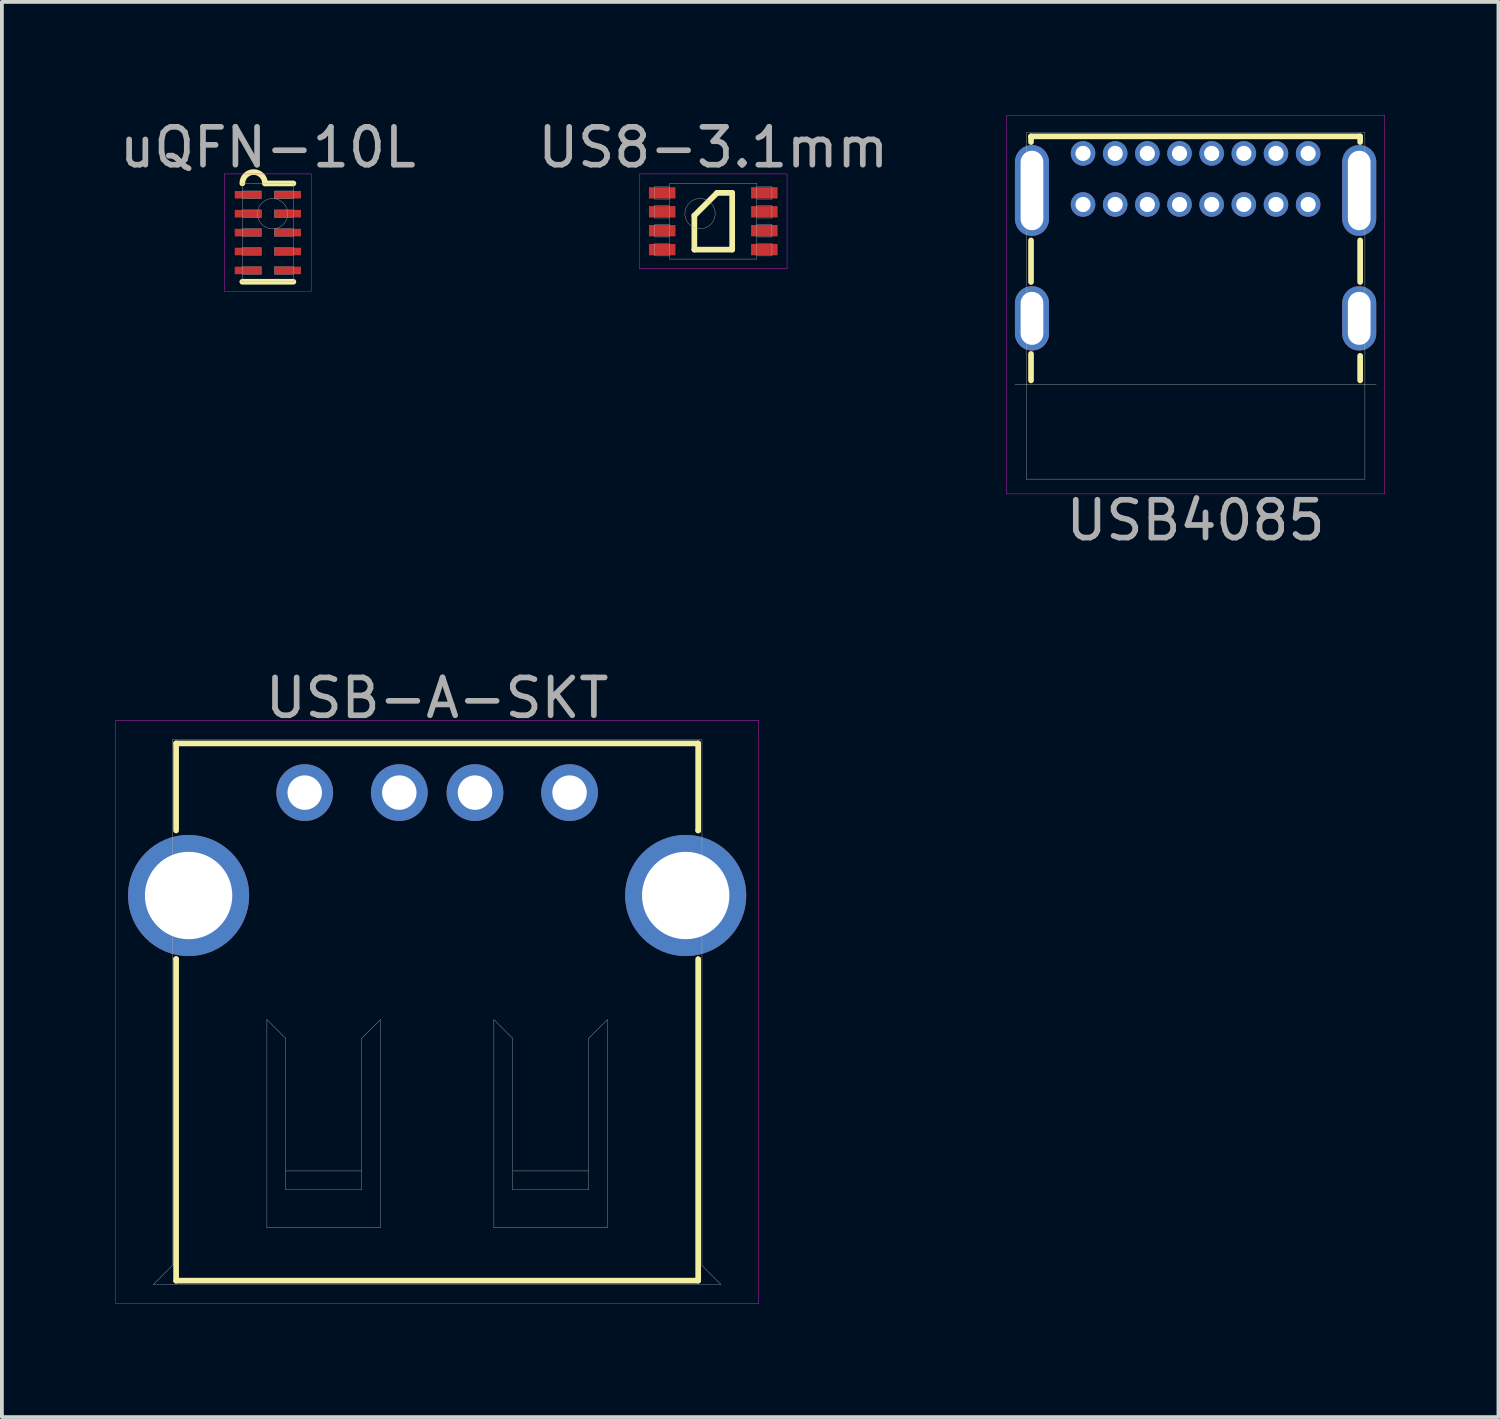
<source format=kicad_pcb>
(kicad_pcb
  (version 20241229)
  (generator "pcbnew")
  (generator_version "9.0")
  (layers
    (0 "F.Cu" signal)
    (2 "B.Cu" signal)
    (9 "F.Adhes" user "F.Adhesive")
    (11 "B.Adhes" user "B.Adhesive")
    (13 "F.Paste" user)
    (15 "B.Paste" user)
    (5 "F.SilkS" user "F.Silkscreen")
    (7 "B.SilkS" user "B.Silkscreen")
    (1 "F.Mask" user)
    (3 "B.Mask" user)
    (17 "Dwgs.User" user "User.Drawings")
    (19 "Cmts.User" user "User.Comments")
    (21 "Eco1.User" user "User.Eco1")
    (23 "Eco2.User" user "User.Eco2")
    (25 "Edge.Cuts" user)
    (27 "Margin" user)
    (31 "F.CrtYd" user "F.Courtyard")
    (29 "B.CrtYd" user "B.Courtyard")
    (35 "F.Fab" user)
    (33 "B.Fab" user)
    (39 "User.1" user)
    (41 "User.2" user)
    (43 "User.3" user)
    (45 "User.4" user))
  (footprint "uQFN-10L"
    (layer "F.Cu")
    (at 4.03 3.098)
    (property "Reference" "uQFN-10L" (at 0 -2.25 0) (layer "F.Fab") (effects (font (size 1 1) (thickness 0.15))))
    (attr through_hole)
    (fp_line (start -0.675 1.3) (end 0.675 1.3) (stroke (width 0.15) (type solid)) (layer "F.SilkS"))
    (fp_line (start -0.075 -1.3) (end 0.675 -1.3) (stroke (width 0.15) (type solid)) (layer "F.SilkS"))
    (fp_arc (start -0.675 -1.3) (mid -0.375 -1.6) (end -0.075 -1.3) (stroke (width 0.15) (type solid)) (layer "F.SilkS"))
    (fp_line (start -1.15 -1.55) (end 1.15 -1.55) (stroke (width 0.01) (type solid)) (layer "F.CrtYd"))
    (fp_line (start -1.15 1.55) (end -1.15 -1.55) (stroke (width 0.01) (type solid)) (layer "F.CrtYd"))
    (fp_line (start 1.15 -1.55) (end 1.15 1.55) (stroke (width 0.01) (type solid)) (layer "F.CrtYd"))
    (fp_line (start 1.15 1.55) (end -1.15 1.55) (stroke (width 0.01) (type solid)) (layer "F.CrtYd"))
    (fp_line (start -0.675 -1.3) (end 0.675 -1.3) (stroke (width 0.01) (type solid)) (layer "F.Fab"))
    (fp_line (start -0.675 -0.9) (end -0.175 -0.9) (stroke (width 0.01) (type solid)) (layer "F.Fab"))
    (fp_line (start -0.675 -0.4) (end -0.175 -0.4) (stroke (width 0.01) (type solid)) (layer "F.Fab"))
    (fp_line (start -0.675 0.1) (end -0.175 0.1) (stroke (width 0.01) (type solid)) (layer "F.Fab"))
    (fp_line (start -0.675 0.6) (end -0.175 0.6) (stroke (width 0.01) (type solid)) (layer "F.Fab"))
    (fp_line (start -0.675 1.1) (end -0.175 1.1) (stroke (width 0.01) (type solid)) (layer "F.Fab"))
    (fp_line (start -0.675 1.3) (end -0.675 -1.3) (stroke (width 0.01) (type solid)) (layer "F.Fab"))
    (fp_line (start -0.175 -1.1) (end -0.675 -1.1) (stroke (width 0.01) (type solid)) (layer "F.Fab"))
    (fp_line (start -0.175 -0.9) (end -0.175 -1.1) (stroke (width 0.01) (type solid)) (layer "F.Fab"))
    (fp_line (start -0.175 -0.6) (end -0.675 -0.6) (stroke (width 0.01) (type solid)) (layer "F.Fab"))
    (fp_line (start -0.175 -0.4) (end -0.175 -0.6) (stroke (width 0.01) (type solid)) (layer "F.Fab"))
    (fp_line (start -0.175 -0.1) (end -0.675 -0.1) (stroke (width 0.01) (type solid)) (layer "F.Fab"))
    (fp_line (start -0.175 0.1) (end -0.175 -0.1) (stroke (width 0.01) (type solid)) (layer "F.Fab"))
    (fp_line (start -0.175 0.4) (end -0.675 0.4) (stroke (width 0.01) (type solid)) (layer "F.Fab"))
    (fp_line (start -0.175 0.6) (end -0.175 0.4) (stroke (width 0.01) (type solid)) (layer "F.Fab"))
    (fp_line (start -0.175 0.9) (end -0.675 0.9) (stroke (width 0.01) (type solid)) (layer "F.Fab"))
    (fp_line (start -0.175 1.1) (end -0.175 0.9) (stroke (width 0.01) (type solid)) (layer "F.Fab"))
    (fp_line (start 0.175 -1.1) (end 0.175 -0.9) (stroke (width 0.01) (type solid)) (layer "F.Fab"))
    (fp_line (start 0.175 -0.9) (end 0.675 -0.9) (stroke (width 0.01) (type solid)) (layer "F.Fab"))
    (fp_line (start 0.175 -0.6) (end 0.175 -0.4) (stroke (width 0.01) (type solid)) (layer "F.Fab"))
    (fp_line (start 0.175 -0.4) (end 0.675 -0.4) (stroke (width 0.01) (type solid)) (layer "F.Fab"))
    (fp_line (start 0.175 -0.1) (end 0.175 0.1) (stroke (width 0.01) (type solid)) (layer "F.Fab"))
    (fp_line (start 0.175 0.1) (end 0.675 0.1) (stroke (width 0.01) (type solid)) (layer "F.Fab"))
    (fp_line (start 0.175 0.4) (end 0.175 0.6) (stroke (width 0.01) (type solid)) (layer "F.Fab"))
    (fp_line (start 0.175 0.6) (end 0.675 0.6) (stroke (width 0.01) (type solid)) (layer "F.Fab"))
    (fp_line (start 0.175 0.9) (end 0.175 1.1) (stroke (width 0.01) (type solid)) (layer "F.Fab"))
    (fp_line (start 0.175 1.1) (end 0.675 1.1) (stroke (width 0.01) (type solid)) (layer "F.Fab"))
    (fp_line (start 0.675 -1.3) (end 0.675 1.3) (stroke (width 0.01) (type solid)) (layer "F.Fab"))
    (fp_line (start 0.675 -1.1) (end 0.175 -1.1) (stroke (width 0.01) (type solid)) (layer "F.Fab"))
    (fp_line (start 0.675 -0.6) (end 0.175 -0.6) (stroke (width 0.01) (type solid)) (layer "F.Fab"))
    (fp_line (start 0.675 -0.1) (end 0.175 -0.1) (stroke (width 0.01) (type solid)) (layer "F.Fab"))
    (fp_line (start 0.675 0.4) (end 0.175 0.4) (stroke (width 0.01) (type solid)) (layer "F.Fab"))
    (fp_line (start 0.675 0.9) (end 0.175 0.9) (stroke (width 0.01) (type solid)) (layer "F.Fab"))
    (fp_line (start 0.675 1.3) (end -0.675 1.3) (stroke (width 0.01) (type solid)) (layer "F.Fab"))
    (fp_circle (center 0.125 -0.5) (end 0.125 -0.1) (stroke (width 0.01) (type solid)) (fill no) (layer "F.Fab"))
    (pad "1" smd rect (at -0.525 -1) (size 0.7 0.2) (layers "F.Cu" "F.Mask" "F.Paste"))
    (pad "2" smd rect (at -0.525 -0.5) (size 0.7 0.2) (layers "F.Cu" "F.Mask" "F.Paste"))
    (pad "3" smd rect (at -0.525 0) (size 0.7 0.2) (layers "F.Cu" "F.Mask" "F.Paste"))
    (pad "4" smd rect (at -0.525 0.5) (size 0.7 0.2) (layers "F.Cu" "F.Mask" "F.Paste"))
    (pad "5" smd rect (at -0.525 1) (size 0.7 0.2) (layers "F.Cu" "F.Mask" "F.Paste"))
    (pad "6" smd rect (at 0.525 1) (size 0.7 0.2) (layers "F.Cu" "F.Mask" "F.Paste"))
    (pad "7" smd rect (at 0.525 0.5) (size 0.7 0.2) (layers "F.Cu" "F.Mask" "F.Paste"))
    (pad "8" smd rect (at 0.525 0) (size 0.7 0.2) (layers "F.Cu" "F.Mask" "F.Paste"))
    (pad "9" smd rect (at 0.525 -0.5) (size 0.7 0.2) (layers "F.Cu" "F.Mask" "F.Paste"))
    (pad "10" smd rect (at 0.525 -1) (size 0.7 0.2) (layers "F.Cu" "F.Mask" "F.Paste")))
  (footprint "USB-A-SKT"
    (layer "F.Cu")
    (at 8.505 17.901)
    (property "Reference" "USB-A-SKT" (at 0 -2.5 0) (layer "F.Fab") (effects (font (size 1 1) (thickness 0.15))))
    (attr through_hole)
    (fp_line (start -6.9 -1.3) (end 6.9 -1.3) (stroke (width 0.15) (type solid)) (layer "F.SilkS"))
    (fp_line (start -6.9 1) (end -6.9 -1.3) (stroke (width 0.15) (type solid)) (layer "F.SilkS"))
    (fp_line (start -6.9 4.4) (end -6.9 4.4) (stroke (width 0.15) (type solid)) (layer "F.SilkS"))
    (fp_line (start -6.9 12.9) (end -6.9 4.4) (stroke (width 0.15) (type solid)) (layer "F.SilkS"))
    (fp_line (start 6.9 -1.3) (end 6.9 1) (stroke (width 0.15) (type solid)) (layer "F.SilkS"))
    (fp_line (start 6.9 1) (end 6.9 1) (stroke (width 0.15) (type solid)) (layer "F.SilkS"))
    (fp_line (start 6.9 4.4) (end 6.9 12.9) (stroke (width 0.15) (type solid)) (layer "F.SilkS"))
    (fp_line (start 6.9 12.9) (end -6.9 12.9) (stroke (width 0.15) (type solid)) (layer "F.SilkS"))
    (fp_line (start -8.5 -1.9) (end -8.5 13.5) (stroke (width 0.01) (type solid)) (layer "F.CrtYd"))
    (fp_line (start -8.5 13.5) (end 8.5 13.5) (stroke (width 0.01) (type solid)) (layer "F.CrtYd"))
    (fp_line (start 8.5 -1.9) (end -8.5 -1.9) (stroke (width 0.01) (type solid)) (layer "F.CrtYd"))
    (fp_line (start 8.5 -1.5) (end 8.5 -1.5) (stroke (width 0.01) (type solid)) (layer "F.CrtYd"))
    (fp_line (start 8.5 13.5) (end 8.5 -1.9) (stroke (width 0.01) (type solid)) (layer "F.CrtYd"))
    (fp_line (start -7.5 13) (end -7 13) (stroke (width 0.01) (type solid)) (layer "F.Fab"))
    (fp_line (start -7 -1.4) (end -7 12.5) (stroke (width 0.01) (type solid)) (layer "F.Fab"))
    (fp_line (start -7 12.5) (end -7.5 13) (stroke (width 0.01) (type solid)) (layer "F.Fab"))
    (fp_line (start -7 13) (end -7 13) (stroke (width 0.01) (type solid)) (layer "F.Fab"))
    (fp_line (start -7 13) (end -7 13) (stroke (width 0.01) (type solid)) (layer "F.Fab"))
    (fp_line (start -7 13) (end 7.5 13) (stroke (width 0.01) (type solid)) (layer "F.Fab"))
    (fp_line (start -4.5 6) (end -4 6.5) (stroke (width 0.01) (type solid)) (layer "F.Fab"))
    (fp_line (start -4.5 11.5) (end -4.5 6) (stroke (width 0.01) (type solid)) (layer "F.Fab"))
    (fp_line (start -4 6.5) (end -4 10.5) (stroke (width 0.01) (type solid)) (layer "F.Fab"))
    (fp_line (start -4 10) (end -2 10) (stroke (width 0.01) (type solid)) (layer "F.Fab"))
    (fp_line (start -4 10.5) (end -2 10.5) (stroke (width 0.01) (type solid)) (layer "F.Fab"))
    (fp_line (start -2 6.5) (end -1.5 6) (stroke (width 0.01) (type solid)) (layer "F.Fab"))
    (fp_line (start -2 10) (end -2 10) (stroke (width 0.01) (type solid)) (layer "F.Fab"))
    (fp_line (start -2 10.5) (end -2 6.5) (stroke (width 0.01) (type solid)) (layer "F.Fab"))
    (fp_line (start -1.5 6) (end -1.5 6) (stroke (width 0.01) (type solid)) (layer "F.Fab"))
    (fp_line (start -1.5 6) (end -1.5 11.5) (stroke (width 0.01) (type solid)) (layer "F.Fab"))
    (fp_line (start -1.5 11.5) (end -4.5 11.5) (stroke (width 0.01) (type solid)) (layer "F.Fab"))
    (fp_line (start 1.5 6) (end 2 6.5) (stroke (width 0.01) (type solid)) (layer "F.Fab"))
    (fp_line (start 1.5 11.5) (end 1.5 6) (stroke (width 0.01) (type solid)) (layer "F.Fab"))
    (fp_line (start 1.5 11.5) (end 1.5 11.5) (stroke (width 0.01) (type solid)) (layer "F.Fab"))
    (fp_line (start 2 6.5) (end 2 10.5) (stroke (width 0.01) (type solid)) (layer "F.Fab"))
    (fp_line (start 2 10) (end 4 10) (stroke (width 0.01) (type solid)) (layer "F.Fab"))
    (fp_line (start 2 10.5) (end 4 10.5) (stroke (width 0.01) (type solid)) (layer "F.Fab"))
    (fp_line (start 4 6.5) (end 4.5 6) (stroke (width 0.01) (type solid)) (layer "F.Fab"))
    (fp_line (start 4 10) (end 4 10) (stroke (width 0.01) (type solid)) (layer "F.Fab"))
    (fp_line (start 4 10.5) (end 4 6.5) (stroke (width 0.01) (type solid)) (layer "F.Fab"))
    (fp_line (start 4.5 6) (end 4.5 11.5) (stroke (width 0.01) (type solid)) (layer "F.Fab"))
    (fp_line (start 4.5 11.5) (end 1.5 11.5) (stroke (width 0.01) (type solid)) (layer "F.Fab"))
    (fp_line (start 7 -1.4) (end -7 -1.4) (stroke (width 0.01) (type solid)) (layer "F.Fab"))
    (fp_line (start 7 12.5) (end 7 -1.4) (stroke (width 0.01) (type solid)) (layer "F.Fab"))
    (fp_line (start 7 12.5) (end 7.5 13) (stroke (width 0.01) (type solid)) (layer "F.Fab"))
    (fp_line (start 7.5 13) (end 7.5 13) (stroke (width 0.01) (type solid)) (layer "F.Fab"))
    (pad "1" thru_hole circle (at -3.5 0) (size 1.5 1.5) (drill 0.91) (layers "*.Cu" "*.Mask"))
    (pad "2" thru_hole circle (at -1 0) (size 1.5 1.5) (drill 0.91) (layers "*.Cu" "*.Mask"))
    (pad "3" thru_hole circle (at 1 0) (size 1.5 1.5) (drill 0.91) (layers "*.Cu" "*.Mask"))
    (pad "4" thru_hole circle (at 3.5 0) (size 1.5 1.5) (drill 0.91) (layers "*.Cu" "*.Mask"))
    (pad "S" thru_hole circle (at -6.57 2.72) (size 3.2 3.2) (drill 2.31) (layers "*.Cu" "*.Mask"))
    (pad "S" thru_hole circle (at 6.57 2.72) (size 3.2 3.2) (drill 2.31) (layers "*.Cu" "*.Mask")))
  (footprint "USB4085"
    (layer "F.Cu")
    (at 28.553 1.005)
    (property "Reference" "USB4085" (at 0 9.7 0) (layer "F.Fab") (effects (font (size 1 1) (thickness 0.15))))
    (attr through_hole)
    (fp_line (start -4.35 -0.45) (end -4.35 -0.3) (stroke (width 0.15) (type solid)) (layer "F.SilkS"))
    (fp_line (start -4.35 -0.45) (end 4.35 -0.45) (stroke (width 0.15) (type solid)) (layer "F.SilkS"))
    (fp_line (start -4.35 2.3) (end -4.35 3.4) (stroke (width 0.15) (type solid)) (layer "F.SilkS"))
    (fp_line (start -4.35 5.3) (end -4.35 6) (stroke (width 0.15) (type solid)) (layer "F.SilkS"))
    (fp_line (start 4.35 -0.45) (end 4.35 -0.3) (stroke (width 0.15) (type solid)) (layer "F.SilkS"))
    (fp_line (start 4.35 2.3) (end 4.35 3.4) (stroke (width 0.15) (type solid)) (layer "F.SilkS"))
    (fp_line (start 4.35 5.35) (end 4.35 6) (stroke (width 0.15) (type solid)) (layer "F.SilkS"))
    (fp_line (start -5 -1) (end -5 9) (stroke (width 0.01) (type solid)) (layer "F.CrtYd"))
    (fp_line (start -5 9) (end 5 9) (stroke (width 0.01) (type solid)) (layer "F.CrtYd"))
    (fp_line (start 5 -1) (end -5 -1) (stroke (width 0.01) (type solid)) (layer "F.CrtYd"))
    (fp_line (start 5 9) (end 5 -1) (stroke (width 0.01) (type solid)) (layer "F.CrtYd"))
    (fp_line (start -4.775 6.1) (end 4.775 6.1) (stroke (width 0.01) (type solid)) (layer "F.Fab"))
    (fp_line (start -4.475 -0.56) (end -4.475 8.61) (stroke (width 0.01) (type solid)) (layer "F.Fab"))
    (fp_line (start -4.475 -0.56) (end 4.475 -0.56) (stroke (width 0.01) (type solid)) (layer "F.Fab"))
    (fp_line (start -4.475 8.61) (end 4.475 8.61) (stroke (width 0.01) (type solid)) (layer "F.Fab"))
    (fp_line (start 4.475 8.61) (end 4.475 -0.56) (stroke (width 0.01) (type solid)) (layer "F.Fab"))
    (pad "" thru_hole oval (at -4.325 0.98) (size 0.9 2.4) (drill oval 0.6 2.1) (layers "*.Cu" "*.Mask"))
    (pad "" thru_hole oval (at -4.325 4.36) (size 0.9 1.7) (drill oval 0.6 1.4) (layers "*.Cu" "*.Mask"))
    (pad "" thru_hole oval (at 4.325 0.98) (size 0.9 2.4) (drill oval 0.6 2.1) (layers "*.Cu" "*.Mask"))
    (pad "" thru_hole oval (at 4.325 4.36) (size 0.9 1.7) (drill oval 0.6 1.4) (layers "*.Cu" "*.Mask"))
    (pad "A1" thru_hole circle (at -2.975 0) (size 0.65 0.65) (drill 0.4) (layers "*.Cu" "*.Mask"))
    (pad "A4" thru_hole circle (at -2.125 0) (size 0.65 0.65) (drill 0.4) (layers "*.Cu" "*.Mask"))
    (pad "A5" thru_hole circle (at -1.275 0) (size 0.65 0.65) (drill 0.4) (layers "*.Cu" "*.Mask"))
    (pad "A6" thru_hole circle (at -0.425 0) (size 0.65 0.65) (drill 0.4) (layers "*.Cu" "*.Mask"))
    (pad "A7" thru_hole circle (at 0.425 0) (size 0.65 0.65) (drill 0.4) (layers "*.Cu" "*.Mask"))
    (pad "A8" thru_hole circle (at 1.275 0) (size 0.65 0.65) (drill 0.4) (layers "*.Cu" "*.Mask"))
    (pad "A9" thru_hole circle (at 2.125 0) (size 0.65 0.65) (drill 0.4) (layers "*.Cu" "*.Mask"))
    (pad "A12" thru_hole circle (at 2.975 0) (size 0.65 0.65) (drill 0.4) (layers "*.Cu" "*.Mask"))
    (pad "B1" thru_hole circle (at 2.975 1.35) (size 0.65 0.65) (drill 0.4) (layers "*.Cu" "*.Mask"))
    (pad "B4" thru_hole circle (at 2.125 1.35) (size 0.65 0.65) (drill 0.4) (layers "*.Cu" "*.Mask"))
    (pad "B5" thru_hole circle (at 1.275 1.35) (size 0.65 0.65) (drill 0.4) (layers "*.Cu" "*.Mask"))
    (pad "B6" thru_hole circle (at 0.425 1.35) (size 0.65 0.65) (drill 0.4) (layers "*.Cu" "*.Mask"))
    (pad "B7" thru_hole circle (at -0.425 1.35) (size 0.65 0.65) (drill 0.4) (layers "*.Cu" "*.Mask"))
    (pad "B8" thru_hole circle (at -1.275 1.35) (size 0.65 0.65) (drill 0.4) (layers "*.Cu" "*.Mask"))
    (pad "B9" thru_hole circle (at -2.125 1.35) (size 0.65 0.65) (drill 0.4) (layers "*.Cu" "*.Mask"))
    (pad "B12" thru_hole circle (at -2.975 1.35) (size 0.65 0.65) (drill 0.4) (layers "*.Cu" "*.Mask")))
  (footprint "US8-3.1mm"
    (layer "F.Cu")
    (at 15.804 2.798)
    (property "Reference" "US8-3.1mm" (at 0 -1.95 0) (layer "F.Fab") (effects (font (size 1 1) (thickness 0.15))))
    (attr through_hole)
    (fp_line (start -0.5 -0.15) (end 0.1 -0.75) (stroke (width 0.15) (type solid)) (layer "F.SilkS"))
    (fp_line (start -0.5 0.75) (end -0.5 -0.15) (stroke (width 0.15) (type solid)) (layer "F.SilkS"))
    (fp_line (start 0.1 -0.75) (end 0.5 -0.75) (stroke (width 0.15) (type solid)) (layer "F.SilkS"))
    (fp_line (start 0.5 -0.75) (end 0.5 0.75) (stroke (width 0.15) (type solid)) (layer "F.SilkS"))
    (fp_line (start 0.5 0.75) (end -0.5 0.75) (stroke (width 0.15) (type solid)) (layer "F.SilkS"))
    (fp_line (start -1.95 -1.25) (end 1.95 -1.25) (stroke (width 0.01) (type solid)) (layer "F.CrtYd"))
    (fp_line (start -1.95 1.25) (end -1.95 -1.25) (stroke (width 0.01) (type solid)) (layer "F.CrtYd"))
    (fp_line (start 1.95 -1.25) (end 1.95 1.25) (stroke (width 0.01) (type solid)) (layer "F.CrtYd"))
    (fp_line (start 1.95 1.25) (end -1.95 1.25) (stroke (width 0.01) (type solid)) (layer "F.CrtYd"))
    (fp_line (start -1.55 -0.915) (end -1.15 -0.915) (stroke (width 0.01) (type solid)) (layer "F.Fab"))
    (fp_line (start -1.55 -0.585) (end -1.55 -0.915) (stroke (width 0.01) (type solid)) (layer "F.Fab"))
    (fp_line (start -1.55 -0.415) (end -1.15 -0.415) (stroke (width 0.01) (type solid)) (layer "F.Fab"))
    (fp_line (start -1.55 -0.085) (end -1.55 -0.415) (stroke (width 0.01) (type solid)) (layer "F.Fab"))
    (fp_line (start -1.55 0.085) (end -1.15 0.085) (stroke (width 0.01) (type solid)) (layer "F.Fab"))
    (fp_line (start -1.55 0.415) (end -1.55 0.085) (stroke (width 0.01) (type solid)) (layer "F.Fab"))
    (fp_line (start -1.55 0.585) (end -1.15 0.585) (stroke (width 0.01) (type solid)) (layer "F.Fab"))
    (fp_line (start -1.55 0.915) (end -1.55 0.585) (stroke (width 0.01) (type solid)) (layer "F.Fab"))
    (fp_line (start -1.15 -1) (end 1.15 -1) (stroke (width 0.01) (type solid)) (layer "F.Fab"))
    (fp_line (start -1.15 -0.585) (end -1.55 -0.585) (stroke (width 0.01) (type solid)) (layer "F.Fab"))
    (fp_line (start -1.15 -0.085) (end -1.55 -0.085) (stroke (width 0.01) (type solid)) (layer "F.Fab"))
    (fp_line (start -1.15 0.415) (end -1.55 0.415) (stroke (width 0.01) (type solid)) (layer "F.Fab"))
    (fp_line (start -1.15 0.915) (end -1.55 0.915) (stroke (width 0.01) (type solid)) (layer "F.Fab"))
    (fp_line (start -1.15 1) (end -1.15 -1) (stroke (width 0.01) (type solid)) (layer "F.Fab"))
    (fp_line (start 1.15 -1) (end 1.15 1) (stroke (width 0.01) (type solid)) (layer "F.Fab"))
    (fp_line (start 1.15 -0.915) (end 1.55 -0.915) (stroke (width 0.01) (type solid)) (layer "F.Fab"))
    (fp_line (start 1.15 -0.415) (end 1.55 -0.415) (stroke (width 0.01) (type solid)) (layer "F.Fab"))
    (fp_line (start 1.15 0.085) (end 1.55 0.085) (stroke (width 0.01) (type solid)) (layer "F.Fab"))
    (fp_line (start 1.15 0.585) (end 1.55 0.585) (stroke (width 0.01) (type solid)) (layer "F.Fab"))
    (fp_line (start 1.15 1) (end -1.15 1) (stroke (width 0.01) (type solid)) (layer "F.Fab"))
    (fp_line (start 1.55 -0.915) (end 1.55 -0.585) (stroke (width 0.01) (type solid)) (layer "F.Fab"))
    (fp_line (start 1.55 -0.585) (end 1.15 -0.585) (stroke (width 0.01) (type solid)) (layer "F.Fab"))
    (fp_line (start 1.55 -0.415) (end 1.55 -0.085) (stroke (width 0.01) (type solid)) (layer "F.Fab"))
    (fp_line (start 1.55 -0.085) (end 1.15 -0.085) (stroke (width 0.01) (type solid)) (layer "F.Fab"))
    (fp_line (start 1.55 0.085) (end 1.55 0.415) (stroke (width 0.01) (type solid)) (layer "F.Fab"))
    (fp_line (start 1.55 0.415) (end 1.15 0.415) (stroke (width 0.01) (type solid)) (layer "F.Fab"))
    (fp_line (start 1.55 0.585) (end 1.55 0.915) (stroke (width 0.01) (type solid)) (layer "F.Fab"))
    (fp_line (start 1.55 0.915) (end 1.15 0.915) (stroke (width 0.01) (type solid)) (layer "F.Fab"))
    (fp_circle (center -0.35 -0.2) (end -0.35 0.2) (stroke (width 0.01) (type solid)) (fill no) (layer "F.Fab"))
    (pad "1" smd rect (at -1.35 -0.75) (size 0.7 0.3) (layers "F.Cu" "F.Mask" "F.Paste"))
    (pad "2" smd rect (at -1.35 -0.25) (size 0.7 0.3) (layers "F.Cu" "F.Mask" "F.Paste"))
    (pad "3" smd rect (at -1.35 0.25) (size 0.7 0.3) (layers "F.Cu" "F.Mask" "F.Paste"))
    (pad "4" smd rect (at -1.35 0.75) (size 0.7 0.3) (layers "F.Cu" "F.Mask" "F.Paste"))
    (pad "5" smd rect (at 1.35 0.75) (size 0.7 0.3) (layers "F.Cu" "F.Mask" "F.Paste"))
    (pad "6" smd rect (at 1.35 0.25) (size 0.7 0.3) (layers "F.Cu" "F.Mask" "F.Paste"))
    (pad "7" smd rect (at 1.35 -0.25) (size 0.7 0.3) (layers "F.Cu" "F.Mask" "F.Paste"))
    (pad "8" smd rect (at 1.35 -0.75) (size 0.7 0.3) (layers "F.Cu" "F.Mask" "F.Paste")))
  (gr_rect
    (start -3 -3)
    (end 36.558 34.407)
    (stroke (width 0.1) (type default))
    (fill no)
    (layer "Edge.Cuts")))
</source>
